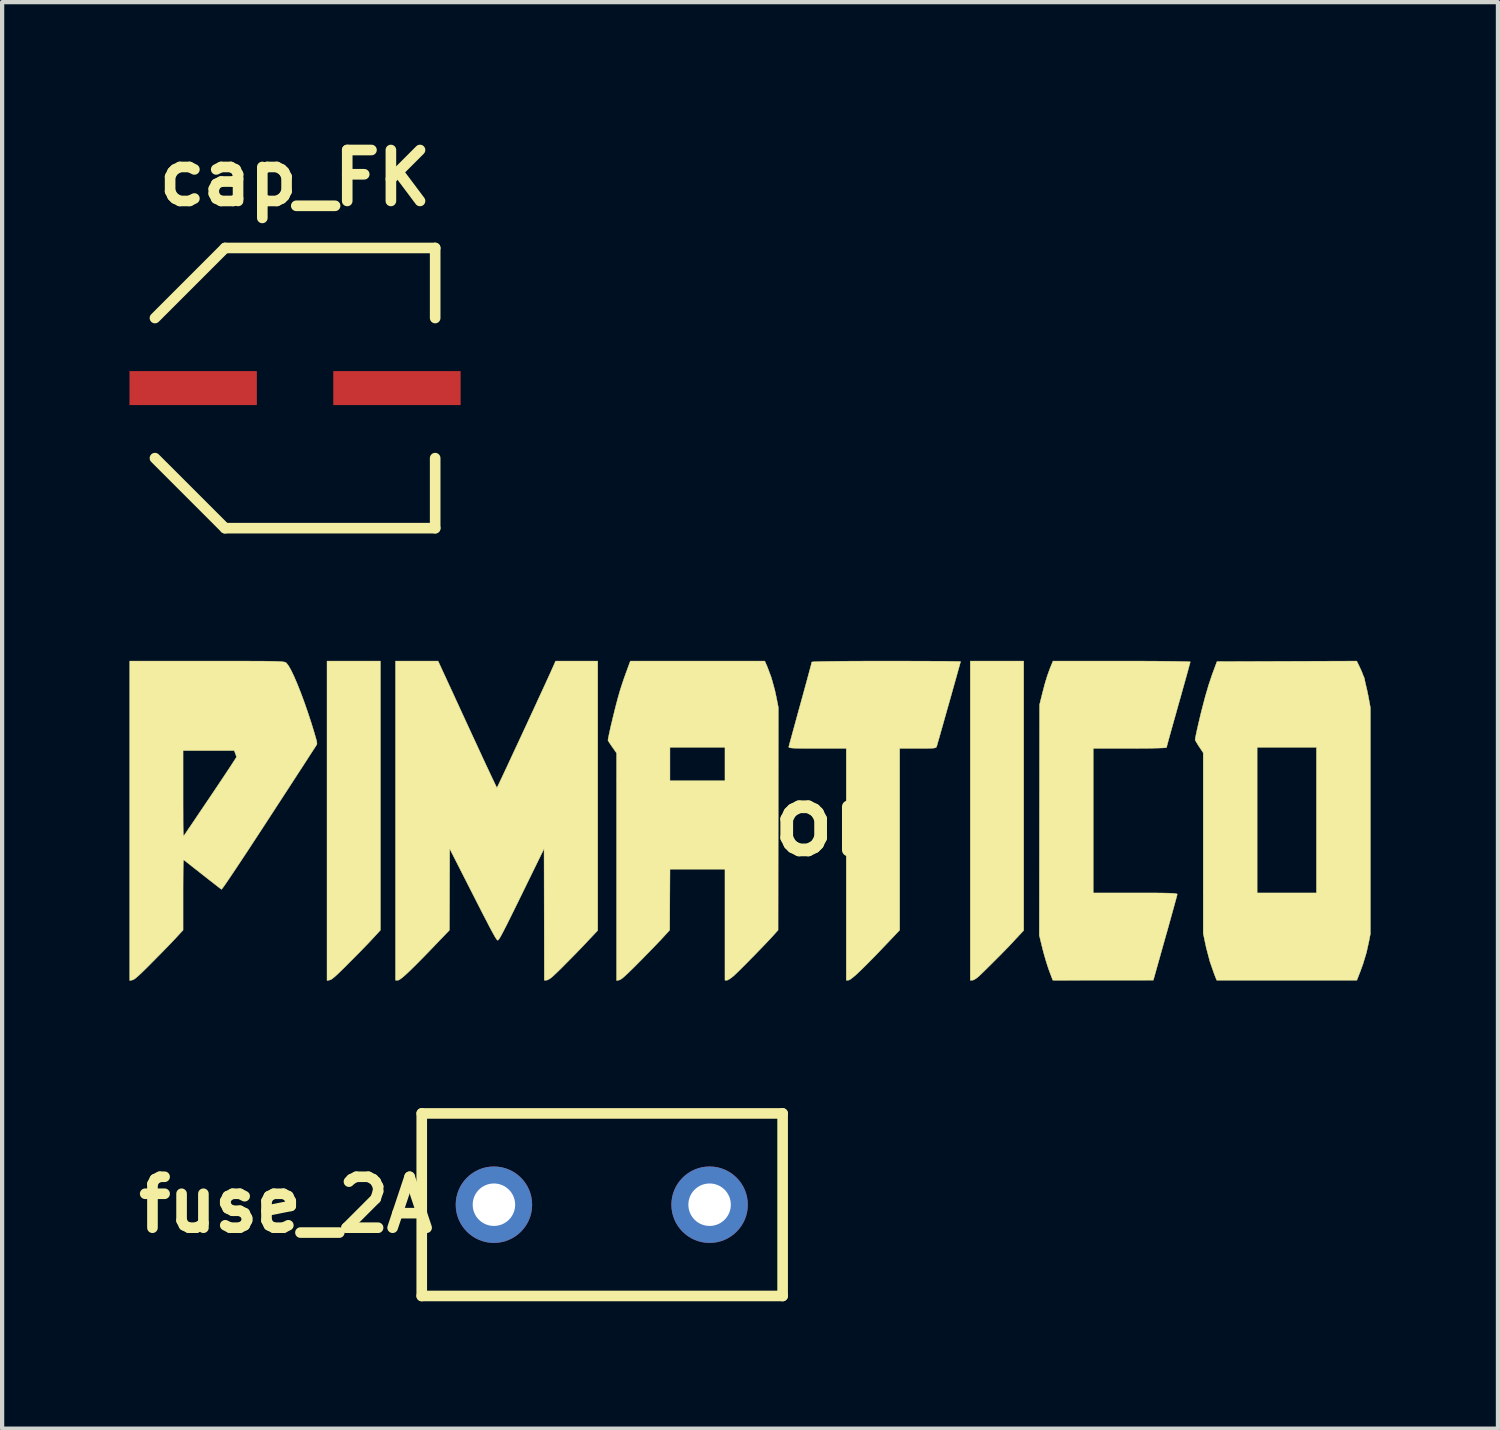
<source format=kicad_pcb>
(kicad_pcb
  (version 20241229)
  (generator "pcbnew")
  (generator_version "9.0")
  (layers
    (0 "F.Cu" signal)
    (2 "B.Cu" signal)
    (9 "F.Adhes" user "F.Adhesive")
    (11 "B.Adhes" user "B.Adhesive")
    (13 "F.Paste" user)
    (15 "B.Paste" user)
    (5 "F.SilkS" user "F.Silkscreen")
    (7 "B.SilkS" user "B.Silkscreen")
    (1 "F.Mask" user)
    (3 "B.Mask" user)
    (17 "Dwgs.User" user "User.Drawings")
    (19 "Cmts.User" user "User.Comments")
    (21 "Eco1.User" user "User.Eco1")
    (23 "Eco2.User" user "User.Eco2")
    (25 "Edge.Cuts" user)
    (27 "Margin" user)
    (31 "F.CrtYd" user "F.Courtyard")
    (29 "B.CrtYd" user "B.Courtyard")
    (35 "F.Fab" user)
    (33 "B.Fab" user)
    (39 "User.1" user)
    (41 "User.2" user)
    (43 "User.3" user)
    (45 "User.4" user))
  (footprint "cap_FK"
    (layer "F.Cu")
    (at 3.9 6.091)
    (property "Reference" "cap_FK" (at 0 -4.95 0) (layer "F.SilkS") (effects (font (size 1.2 1.2) (thickness 0.25))))
    (attr through_hole)
    (fp_line (start -3.3 -1.65) (end -1.65 -3.3) (stroke (width 0.25) (type solid)) (layer "F.SilkS"))
    (fp_line (start -3.3 1.65) (end -1.65 3.3) (stroke (width 0.25) (type solid)) (layer "F.SilkS"))
    (fp_line (start -1.65 -3.3) (end 3.3 -3.3) (stroke (width 0.25) (type solid)) (layer "F.SilkS"))
    (fp_line (start -1.65 3.3) (end 3.3 3.3) (stroke (width 0.25) (type solid)) (layer "F.SilkS"))
    (fp_line (start 3.3 -3.3) (end 3.3 -1.65) (stroke (width 0.25) (type solid)) (layer "F.SilkS"))
    (fp_line (start 3.3 3.3) (end 3.3 1.65) (stroke (width 0.25) (type solid)) (layer "F.SilkS"))
    (pad "1" smd rect (at -2.4 0) (size 3 0.8) (layers "F.Cu" "F.Mask" "F.Paste"))
    (pad "2" smd rect (at 2.4 0) (size 3 0.8) (layers "F.Cu" "F.Mask" "F.Paste")))
  (footprint "fuse_2A"
    (layer "F.Cu")
    (at 8.584 25.326)
    (property "Reference" "fuse_2A" (at -4.9 0 0) (layer "F.SilkS") (effects (font (size 1.2 1.2) (thickness 0.25))))
    (attr through_hole)
    (fp_line (start -1.7 -2.15) (end -1.7 2.15) (stroke (width 0.25) (type solid)) (layer "F.SilkS"))
    (fp_line (start -1.7 2.15) (end 6.8 2.15) (stroke (width 0.25) (type solid)) (layer "F.SilkS"))
    (fp_line (start 6.8 -2.15) (end -1.7 -2.15) (stroke (width 0.25) (type solid)) (layer "F.SilkS"))
    (fp_line (start 6.8 2.15) (end 6.8 -2.15) (stroke (width 0.25) (type solid)) (layer "F.SilkS"))
    (pad "1" thru_hole circle (at 0 0) (size 1.8 1.8) (drill 1) (layers "*.Cu" "*.Mask"))
    (pad "2" thru_hole circle (at 5.08 0) (size 1.8 1.8) (drill 1) (layers "*.Cu" "*.Mask")))
  (footprint "color"
    (layer "F.Cu")
    (at 14.61 16.28)
    (property "Reference" "color" (at 0 0 0) (layer "F.SilkS") (effects (font (size 1.524 1.524) (thickness 0.3))))
    (attr through_hole)
    (fp_poly (pts (xy -8.7 2.58) (xy -8.792 2.68) (xy -8.86 2.753) (xy -8.921 2.819) (xy -8.979 2.881) (xy -9.038 2.942) (xy -9.102 3.008) (xy -9.173 3.081) (xy -9.257 3.166) (xy -9.358 3.268) (xy -9.445 3.355) (xy -9.555 3.466) (xy -9.646 3.555) (xy -9.719 3.625) (xy -9.777 3.677) (xy -9.822 3.714) (xy -9.856 3.738) (xy -9.882 3.75) (xy -9.892 3.753) (xy -9.957 3.766) (xy -9.957 -3.759) (xy -8.7 -3.759) (xy -8.7 2.58)) (stroke (width 0.01) (type solid)) (fill yes) (layer "F.SilkS"))
    (fp_poly (pts (xy 6.452 2.586) (xy 6.334 2.712) (xy 6.275 2.775) (xy 6.216 2.839) (xy 6.166 2.893) (xy 6.146 2.914) (xy 6.104 2.96) (xy 6.043 3.022) (xy 5.968 3.098) (xy 5.884 3.184) (xy 5.794 3.274) (xy 5.704 3.364) (xy 5.616 3.451) (xy 5.536 3.53) (xy 5.467 3.597) (xy 5.414 3.648) (xy 5.393 3.668) (xy 5.332 3.717) (xy 5.279 3.749) (xy 5.244 3.759) (xy 5.194 3.759) (xy 5.194 -3.759) (xy 6.452 -3.759) (xy 6.452 2.586)) (stroke (width 0.01) (type solid)) (fill yes) (layer "F.SilkS"))
    (fp_poly (pts (xy 14.355 -3.639) (xy 14.39 -3.565) (xy 14.42 -3.496) (xy 14.436 -3.454) (xy 14.455 -3.404) (xy 14.469 -3.375) (xy 14.479 -3.348) (xy 14.479 -3.343) (xy 14.484 -3.314) (xy 14.497 -3.253) (xy 14.514 -3.181) (xy 14.538 -3.079) (xy 14.564 -2.957) (xy 14.584 -2.85) (xy 14.618 -2.664) (xy 14.618 2.666) (xy 14.585 2.838) (xy 14.525 3.109) (xy 14.445 3.373) (xy 14.381 3.55) (xy 14.299 3.759) (xy 10.999 3.759) (xy 10.941 3.613) (xy 10.839 3.32) (xy 10.752 2.99) (xy 10.73 2.889) (xy 10.681 2.654) (xy 10.681 -1.599) (xy 10.596 -1.727) (xy 11.951 -1.727) (xy 11.951 1.702) (xy 13.348 1.702) (xy 13.348 -1.727) (xy 11.951 -1.727) (xy 10.596 -1.727) (xy 10.585 -1.742) (xy 10.544 -1.807) (xy 10.512 -1.861) (xy 10.493 -1.897) (xy 10.49 -1.906) (xy 10.496 -1.944) (xy 10.51 -2.018) (xy 10.532 -2.122) (xy 10.56 -2.246) (xy 10.592 -2.382) (xy 10.625 -2.521) (xy 10.649 -2.616) (xy 10.729 -2.923) (xy 10.808 -3.192) (xy 10.89 -3.437) (xy 10.926 -3.535) (xy 11.005 -3.747) (xy 12.651 -3.753) (xy 14.297 -3.759) (xy 14.355 -3.639)) (stroke (width 0.01) (type solid)) (fill yes) (layer "F.SilkS"))
    (fp_poly (pts (xy 0.415 -3.619) (xy 0.509 -3.367) (xy 0.589 -3.077) (xy 0.627 -2.902) (xy 0.673 -2.667) (xy 0.667 2.578) (xy 0.54 2.719) (xy 0.48 2.785) (xy 0.404 2.865) (xy 0.316 2.957) (xy 0.22 3.056) (xy 0.12 3.16) (xy 0.018 3.263) (xy -0.08 3.363) (xy -0.173 3.456) (xy -0.255 3.537) (xy -0.323 3.603) (xy -0.373 3.651) (xy -0.385 3.661) (xy -0.439 3.704) (xy -0.489 3.738) (xy -0.528 3.757) (xy -0.54 3.759) (xy -0.584 3.759) (xy -0.584 1.143) (xy -1.879 1.143) (xy -1.883 1.861) (xy -1.886 2.578) (xy -2.045 2.752) (xy -2.095 2.806) (xy -2.164 2.878) (xy -2.247 2.965) (xy -2.341 3.062) (xy -2.442 3.165) (xy -2.544 3.27) (xy -2.608 3.334) (xy -2.722 3.449) (xy -2.817 3.542) (xy -2.893 3.615) (xy -2.954 3.671) (xy -3.001 3.711) (xy -3.036 3.736) (xy -3.063 3.75) (xy -3.074 3.754) (xy -3.137 3.766) (xy -3.137 -1.591) (xy -3.232 -1.727) (xy -1.88 -1.727) (xy -1.88 -0.94) (xy -0.584 -0.94) (xy -0.584 -1.727) (xy -1.88 -1.727) (xy -3.232 -1.727) (xy -3.239 -1.737) (xy -3.282 -1.799) (xy -3.316 -1.851) (xy -3.336 -1.884) (xy -3.34 -1.893) (xy -3.335 -1.93) (xy -3.32 -2.004) (xy -3.298 -2.108) (xy -3.27 -2.233) (xy -3.237 -2.371) (xy -3.221 -2.438) (xy -3.161 -2.681) (xy -3.106 -2.889) (xy -3.052 -3.077) (xy -2.994 -3.257) (xy -2.929 -3.443) (xy -2.89 -3.549) (xy -2.813 -3.759) (xy -1.229 -3.759) (xy 0.354 -3.759) (xy 0.415 -3.619)) (stroke (width 0.01) (type solid)) (fill yes) (layer "F.SilkS"))
    (fp_poly (pts (xy 8.96 -3.759) (xy 9.153 -3.759) (xy 9.338 -3.758) (xy 9.512 -3.757) (xy 9.675 -3.756) (xy 9.824 -3.754) (xy 9.959 -3.753) (xy 10.078 -3.751) (xy 10.179 -3.749) (xy 10.261 -3.747) (xy 10.322 -3.745) (xy 10.361 -3.743) (xy 10.376 -3.74) (xy 10.376 -3.74) (xy 10.37 -3.715) (xy 10.352 -3.65) (xy 10.325 -3.55) (xy 10.289 -3.419) (xy 10.245 -3.262) (xy 10.195 -3.084) (xy 10.141 -2.889) (xy 10.096 -2.733) (xy 10.039 -2.527) (xy 9.985 -2.336) (xy 9.936 -2.162) (xy 9.894 -2.011) (xy 9.86 -1.887) (xy 9.835 -1.795) (xy 9.821 -1.739) (xy 9.817 -1.723) (xy 9.805 -1.719) (xy 9.769 -1.716) (xy 9.712 -1.713) (xy 9.636 -1.71) (xy 9.543 -1.708) (xy 9.434 -1.705) (xy 9.313 -1.704) (xy 9.18 -1.703) (xy 9.039 -1.702) (xy 8.954 -1.702) (xy 8.09 -1.702) (xy 8.09 1.702) (xy 9.081 1.702) (xy 9.268 1.702) (xy 9.43 1.702) (xy 9.57 1.703) (xy 9.689 1.704) (xy 9.789 1.706) (xy 9.871 1.708) (xy 9.936 1.71) (xy 9.986 1.714) (xy 10.023 1.717) (xy 10.048 1.722) (xy 10.063 1.727) (xy 10.069 1.733) (xy 10.069 1.736) (xy 10.062 1.764) (xy 10.044 1.832) (xy 10.016 1.935) (xy 9.979 2.069) (xy 9.935 2.228) (xy 9.885 2.409) (xy 9.83 2.606) (xy 9.785 2.763) (xy 9.506 3.757) (xy 8.322 3.758) (xy 7.138 3.759) (xy 7.054 3.537) (xy 7.014 3.422) (xy 6.97 3.28) (xy 6.927 3.13) (xy 6.895 3.008) (xy 6.82 2.7) (xy 6.823 -0.015) (xy 6.826 -2.731) (xy 6.893 -3.002) (xy 6.951 -3.223) (xy 7.008 -3.411) (xy 7.069 -3.579) (xy 7.098 -3.651) (xy 7.143 -3.759) (xy 8.759 -3.759) (xy 8.96 -3.759)) (stroke (width 0.01) (type solid)) (fill yes) (layer "F.SilkS"))
    (fp_poly (pts (xy 3.422 -3.759) (xy 3.624 -3.759) (xy 3.817 -3.758) (xy 4 -3.758) (xy 4.172 -3.757) (xy 4.331 -3.756) (xy 4.475 -3.756) (xy 4.604 -3.755) (xy 4.715 -3.753) (xy 4.808 -3.752) (xy 4.881 -3.751) (xy 4.932 -3.75) (xy 4.96 -3.748) (xy 4.966 -3.747) (xy 4.96 -3.724) (xy 4.943 -3.662) (xy 4.916 -3.567) (xy 4.882 -3.443) (xy 4.841 -3.297) (xy 4.795 -3.134) (xy 4.746 -2.959) (xy 4.695 -2.778) (xy 4.643 -2.596) (xy 4.593 -2.418) (xy 4.546 -2.25) (xy 4.502 -2.097) (xy 4.465 -1.964) (xy 4.434 -1.858) (xy 4.413 -1.783) (xy 4.402 -1.746) (xy 4.397 -1.734) (xy 4.387 -1.725) (xy 4.371 -1.717) (xy 4.345 -1.711) (xy 4.307 -1.707) (xy 4.255 -1.705) (xy 4.186 -1.703) (xy 4.097 -1.702) (xy 3.986 -1.702) (xy 3.959 -1.702) (xy 3.531 -1.702) (xy 3.531 0.438) (xy 3.531 2.578) (xy 3.299 2.823) (xy 3.116 3.015) (xy 2.955 3.183) (xy 2.813 3.327) (xy 2.691 3.449) (xy 2.588 3.55) (xy 2.502 3.63) (xy 2.432 3.69) (xy 2.379 3.731) (xy 2.34 3.753) (xy 2.318 3.759) (xy 2.273 3.759) (xy 2.273 -1.702) (xy 1.592 -1.702) (xy 1.441 -1.702) (xy 1.314 -1.702) (xy 1.208 -1.704) (xy 1.122 -1.705) (xy 1.054 -1.707) (xy 1.002 -1.71) (xy 0.965 -1.714) (xy 0.939 -1.719) (xy 0.925 -1.725) (xy 0.919 -1.732) (xy 0.919 -1.737) (xy 0.926 -1.767) (xy 0.944 -1.835) (xy 0.973 -1.939) (xy 1.009 -2.073) (xy 1.053 -2.233) (xy 1.102 -2.413) (xy 1.156 -2.61) (xy 1.193 -2.742) (xy 1.249 -2.946) (xy 1.301 -3.136) (xy 1.348 -3.308) (xy 1.388 -3.457) (xy 1.421 -3.579) (xy 1.445 -3.669) (xy 1.458 -3.722) (xy 1.46 -3.735) (xy 1.473 -3.739) (xy 1.511 -3.742) (xy 1.572 -3.745) (xy 1.657 -3.748) (xy 1.766 -3.75) (xy 1.896 -3.752) (xy 2.049 -3.754) (xy 2.223 -3.756) (xy 2.417 -3.757) (xy 2.632 -3.758) (xy 2.866 -3.759) (xy 3.119 -3.759) (xy 3.213 -3.759) (xy 3.422 -3.759)) (stroke (width 0.01) (type solid)) (fill yes) (layer "F.SilkS"))
    (fp_poly (pts (xy -7.286 -3.639) (xy -7.268 -3.6) (xy -7.235 -3.528) (xy -7.187 -3.425) (xy -7.127 -3.294) (xy -7.055 -3.139) (xy -6.974 -2.963) (xy -6.885 -2.769) (xy -6.789 -2.561) (xy -6.688 -2.341) (xy -6.598 -2.146) (xy -6.495 -1.923) (xy -6.397 -1.712) (xy -6.306 -1.514) (xy -6.222 -1.334) (xy -6.147 -1.174) (xy -6.082 -1.036) (xy -6.029 -0.925) (xy -5.99 -0.842) (xy -5.965 -0.791) (xy -5.955 -0.775) (xy -5.946 -0.793) (xy -5.92 -0.845) (xy -5.881 -0.927) (xy -5.829 -1.037) (xy -5.767 -1.17) (xy -5.695 -1.323) (xy -5.616 -1.493) (xy -5.531 -1.676) (xy -5.441 -1.869) (xy -5.348 -2.069) (xy -5.254 -2.271) (xy -5.161 -2.473) (xy -5.069 -2.671) (xy -4.982 -2.861) (xy -4.899 -3.04) (xy -4.823 -3.205) (xy -4.755 -3.353) (xy -4.698 -3.479) (xy -4.652 -3.581) (xy -4.619 -3.654) (xy -4.614 -3.666) (xy -4.573 -3.759) (xy -3.581 -3.759) (xy -3.581 2.586) (xy -3.82 2.839) (xy -3.919 2.945) (xy -4.025 3.055) (xy -4.133 3.166) (xy -4.241 3.275) (xy -4.344 3.379) (xy -4.439 3.475) (xy -4.524 3.558) (xy -4.595 3.626) (xy -4.649 3.676) (xy -4.67 3.694) (xy -4.718 3.728) (xy -4.765 3.752) (xy -4.794 3.759) (xy -4.839 3.759) (xy -4.842 2.21) (xy -4.845 0.66) (xy -5.372 1.737) (xy -5.485 1.968) (xy -5.582 2.165) (xy -5.664 2.33) (xy -5.732 2.467) (xy -5.788 2.576) (xy -5.833 2.662) (xy -5.868 2.726) (xy -5.895 2.771) (xy -5.914 2.799) (xy -5.928 2.814) (xy -5.935 2.817) (xy -5.944 2.813) (xy -5.958 2.8) (xy -5.976 2.774) (xy -6.002 2.733) (xy -6.035 2.674) (xy -6.078 2.596) (xy -6.132 2.495) (xy -6.197 2.368) (xy -6.277 2.215) (xy -6.371 2.031) (xy -6.481 1.815) (xy -6.519 1.74) (xy -7.068 0.661) (xy -7.071 1.62) (xy -7.074 2.579) (xy -7.395 2.914) (xy -7.567 3.093) (xy -7.718 3.248) (xy -7.849 3.38) (xy -7.961 3.491) (xy -8.055 3.582) (xy -8.132 3.652) (xy -8.194 3.704) (xy -8.241 3.738) (xy -8.274 3.756) (xy -8.289 3.759) (xy -8.344 3.759) (xy -8.344 -3.759) (xy -7.342 -3.759) (xy -7.286 -3.639)) (stroke (width 0.01) (type solid)) (fill yes) (layer "F.SilkS"))
    (fp_poly (pts (xy -12.531 -3.759) (xy -12.304 -3.759) (xy -12.1 -3.759) (xy -11.917 -3.759) (xy -11.755 -3.758) (xy -11.612 -3.758) (xy -11.486 -3.757) (xy -11.378 -3.756) (xy -11.285 -3.754) (xy -11.205 -3.753) (xy -11.139 -3.751) (xy -11.084 -3.748) (xy -11.04 -3.746) (xy -11.005 -3.742) (xy -10.977 -3.739) (xy -10.956 -3.734) (xy -10.94 -3.73) (xy -10.929 -3.724) (xy -10.92 -3.718) (xy -10.912 -3.712) (xy -10.911 -3.71) (xy -10.861 -3.643) (xy -10.8 -3.535) (xy -10.732 -3.392) (xy -10.657 -3.217) (xy -10.577 -3.016) (xy -10.494 -2.792) (xy -10.41 -2.55) (xy -10.326 -2.295) (xy -10.261 -2.083) (xy -10.228 -1.969) (xy -10.206 -1.89) (xy -10.196 -1.839) (xy -10.195 -1.807) (xy -10.2 -1.791) (xy -10.212 -1.772) (xy -10.243 -1.723) (xy -10.292 -1.648) (xy -10.357 -1.548) (xy -10.436 -1.425) (xy -10.529 -1.281) (xy -10.635 -1.119) (xy -10.751 -0.94) (xy -10.877 -0.746) (xy -11.012 -0.539) (xy -11.153 -0.322) (xy -11.3 -0.096) (xy -11.32 -0.065) (xy -11.511 0.228) (xy -11.685 0.494) (xy -11.842 0.734) (xy -11.982 0.945) (xy -12.104 1.129) (xy -12.208 1.284) (xy -12.293 1.411) (xy -12.36 1.508) (xy -12.408 1.575) (xy -12.436 1.611) (xy -12.444 1.618) (xy -12.459 1.607) (xy -12.494 1.58) (xy -12.546 1.54) (xy -12.612 1.488) (xy -12.69 1.428) (xy -12.774 1.362) (xy -12.863 1.292) (xy -12.953 1.221) (xy -13.041 1.152) (xy -13.124 1.087) (xy -13.198 1.028) (xy -13.261 0.979) (xy -13.308 0.941) (xy -13.332 0.922) (xy -13.336 0.928) (xy -13.34 0.958) (xy -13.343 1.016) (xy -13.345 1.105) (xy -13.346 1.231) (xy -13.347 1.396) (xy -13.348 1.606) (xy -13.348 1.744) (xy -13.348 2.579) (xy -13.395 2.629) (xy -13.429 2.665) (xy -13.476 2.716) (xy -13.528 2.773) (xy -13.544 2.79) (xy -13.579 2.827) (xy -13.633 2.884) (xy -13.703 2.957) (xy -13.786 3.042) (xy -13.878 3.136) (xy -13.976 3.235) (xy -14.061 3.321) (xy -14.176 3.437) (xy -14.271 3.531) (xy -14.348 3.605) (xy -14.41 3.662) (xy -14.458 3.703) (xy -14.495 3.731) (xy -14.523 3.747) (xy -14.541 3.753) (xy -14.605 3.766) (xy -14.605 -1.651) (xy -13.348 -1.651) (xy -13.348 -0.634) (xy -13.348 -0.38) (xy -13.347 -0.172) (xy -13.347 -0.007) (xy -13.346 0.122) (xy -13.345 0.217) (xy -13.343 0.284) (xy -13.341 0.326) (xy -13.337 0.349) (xy -13.333 0.357) (xy -13.328 0.355) (xy -13.325 0.351) (xy -13.311 0.33) (xy -13.278 0.282) (xy -13.229 0.208) (xy -13.164 0.113) (xy -13.087 -0.001) (xy -12.999 -0.132) (xy -12.902 -0.276) (xy -12.797 -0.431) (xy -12.696 -0.581) (xy -12.587 -0.743) (xy -12.484 -0.897) (xy -12.389 -1.039) (xy -12.305 -1.166) (xy -12.231 -1.277) (xy -12.172 -1.369) (xy -12.127 -1.438) (xy -12.099 -1.482) (xy -12.09 -1.498) (xy -12.098 -1.529) (xy -12.115 -1.579) (xy -12.117 -1.584) (xy -12.143 -1.651) (xy -13.348 -1.651) (xy -14.605 -1.651) (xy -14.605 -3.759) (xy -12.782 -3.759) (xy -12.531 -3.759)) (stroke (width 0.01) (type solid)) (fill yes) (layer "F.SilkS")))
  (gr_rect
    (start -3 -3)
    (end 32.233 30.601)
    (stroke (width 0.1) (type default))
    (fill no)
    (layer "Edge.Cuts")))
</source>
